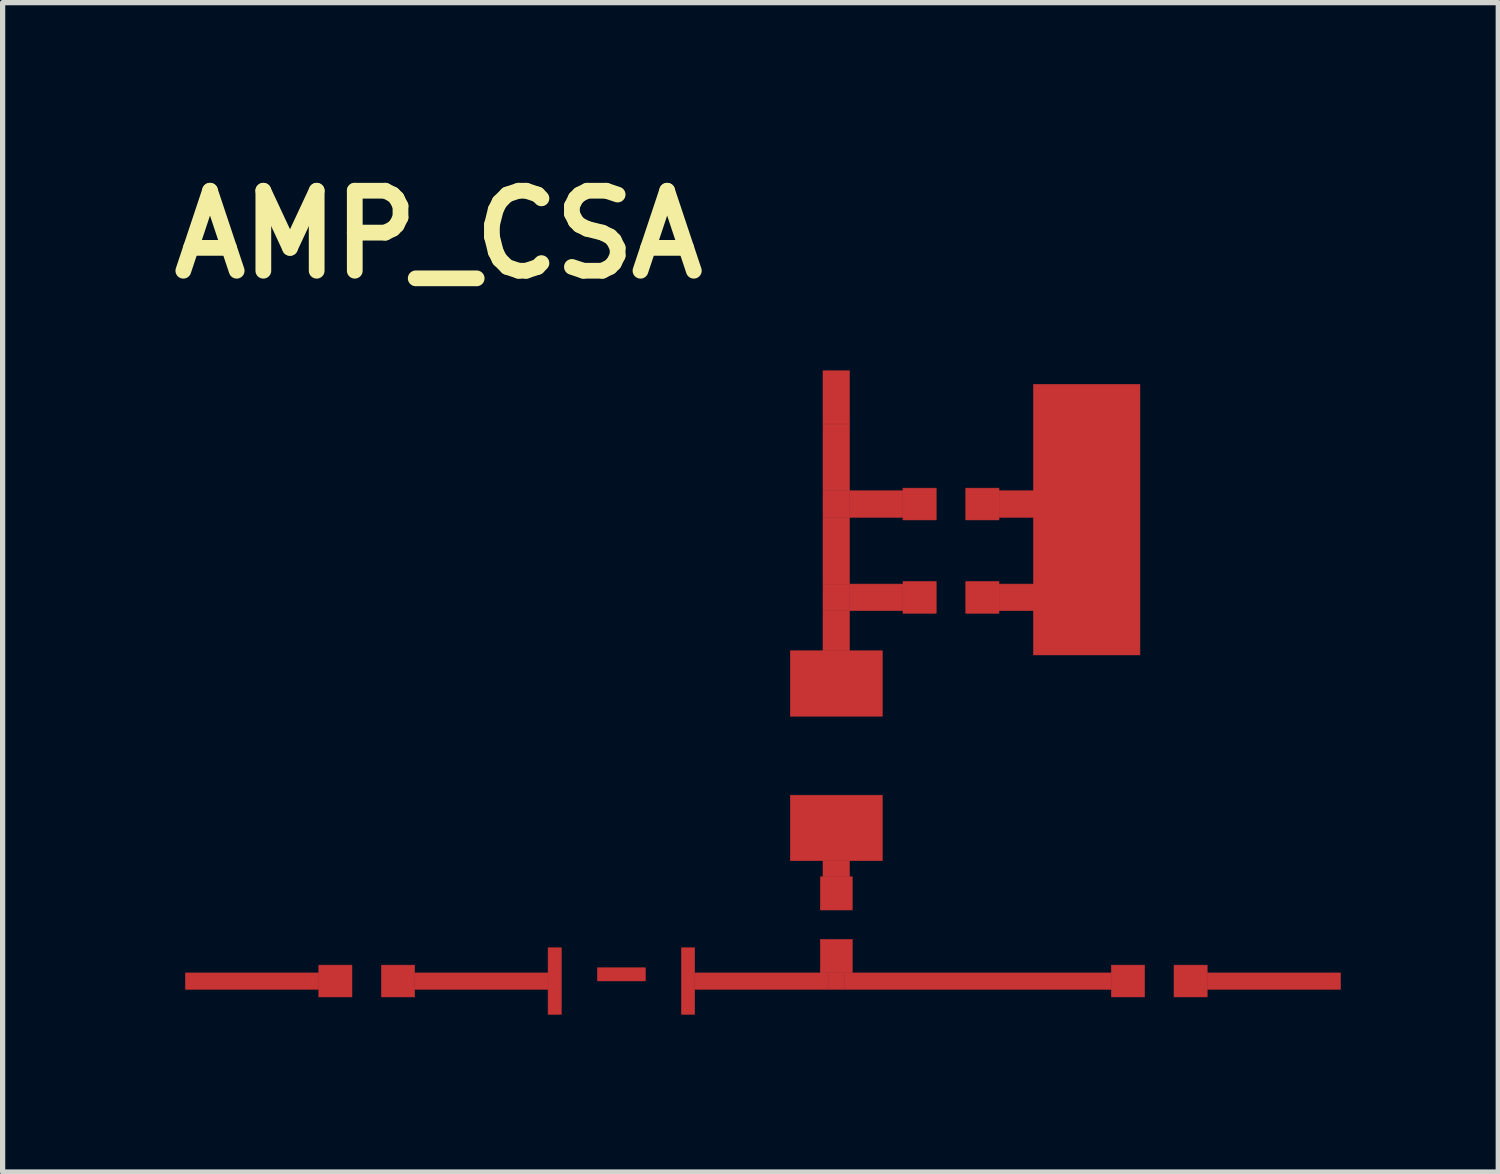
<source format=kicad_pcb>
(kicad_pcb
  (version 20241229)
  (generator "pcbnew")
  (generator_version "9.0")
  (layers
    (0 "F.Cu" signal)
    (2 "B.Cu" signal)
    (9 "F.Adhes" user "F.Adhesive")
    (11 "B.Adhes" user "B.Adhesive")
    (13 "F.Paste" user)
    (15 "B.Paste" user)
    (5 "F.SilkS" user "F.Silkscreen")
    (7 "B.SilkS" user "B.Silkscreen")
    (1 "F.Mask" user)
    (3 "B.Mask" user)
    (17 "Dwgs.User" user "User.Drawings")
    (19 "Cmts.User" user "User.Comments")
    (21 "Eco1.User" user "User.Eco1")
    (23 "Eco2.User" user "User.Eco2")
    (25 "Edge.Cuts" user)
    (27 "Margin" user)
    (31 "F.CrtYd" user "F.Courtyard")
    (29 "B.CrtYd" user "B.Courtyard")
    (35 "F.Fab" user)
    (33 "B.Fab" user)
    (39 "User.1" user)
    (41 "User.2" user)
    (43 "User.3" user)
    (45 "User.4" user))
  (footprint "AMP_CSA"
    (layer "F.Cu")
    (at 12.165 10.218)
    (property "Reference" "AMP_CSA" (at -6.86 -8.8 0) (layer "F.SilkS") (effects (font (size 1.524 1.524) (thickness 0.3))))
    (attr through_hole)
    (fp_poly (pts (xy -9.145 5.578) (xy -11.683 5.578) (xy -11.683 5.266) (xy -9.145 5.266) (xy -9.145 5.578)) (stroke (width 0.01) (type solid)) (fill yes) (layer "F.Cu"))
    (fp_poly (pts (xy -8.51 5.724) (xy -9.142 5.724) (xy -9.142 5.118) (xy -8.51 5.118) (xy -8.51 5.724)) (stroke (width 0.01) (type solid)) (fill yes) (layer "F.Cu"))
    (fp_poly (pts (xy -7.316 5.724) (xy -7.949 5.724) (xy -7.949 5.118) (xy -7.316 5.118) (xy -7.316 5.724)) (stroke (width 0.01) (type solid)) (fill yes) (layer "F.Cu"))
    (fp_poly (pts (xy -4.776 5.578) (xy -7.314 5.578) (xy -7.314 5.266) (xy -4.776 5.266) (xy -4.776 5.578)) (stroke (width 0.01) (type solid)) (fill yes) (layer "F.Cu"))
    (fp_poly (pts (xy -4.522 6.054) (xy -4.774 6.054) (xy -4.774 4.787) (xy -4.522 4.787) (xy -4.522 6.054)) (stroke (width 0.01) (type solid)) (fill yes) (layer "F.Cu"))
    (fp_poly (pts (xy -2.921 5.419) (xy -3.834 5.419) (xy -3.834 5.168) (xy -2.921 5.168) (xy -2.921 5.419)) (stroke (width 0.01) (type solid)) (fill yes) (layer "F.Cu"))
    (fp_poly (pts (xy -1.982 6.054) (xy -2.233 6.054) (xy -2.233 4.787) (xy -1.982 4.787) (xy -1.982 6.054)) (stroke (width 0.01) (type solid)) (fill yes) (layer "F.Cu"))
    (fp_poly (pts (xy 0.558 5.578) (xy -1.979 5.578) (xy -1.979 5.266) (xy 0.558 5.266) (xy 0.558 5.578)) (stroke (width 0.01) (type solid)) (fill yes) (layer "F.Cu"))
    (fp_poly (pts (xy 0.873 5.578) (xy 0.561 5.578) (xy 0.561 5.266) (xy 0.873 5.266) (xy 0.873 5.578)) (stroke (width 0.01) (type solid)) (fill yes) (layer "F.Cu"))
    (fp_poly (pts (xy 0.968 -5.192) (xy 0.463 -5.192) (xy 0.463 -6.205) (xy 0.968 -6.205) (xy 0.968 -5.192)) (stroke (width 0.01) (type solid)) (fill yes) (layer "F.Cu"))
    (fp_poly (pts (xy 0.968 -3.922) (xy 0.463 -3.922) (xy 0.463 -5.189) (xy 0.968 -5.189) (xy 0.968 -3.922)) (stroke (width 0.01) (type solid)) (fill yes) (layer "F.Cu"))
    (fp_poly (pts (xy 0.968 -3.413) (xy 0.463 -3.413) (xy 0.463 -3.919) (xy 0.968 -3.919) (xy 0.968 -3.413)) (stroke (width 0.01) (type solid)) (fill yes) (layer "F.Cu"))
    (fp_poly (pts (xy 0.968 -2.143) (xy 0.463 -2.143) (xy 0.463 -3.411) (xy 0.968 -3.411) (xy 0.968 -2.143)) (stroke (width 0.01) (type solid)) (fill yes) (layer "F.Cu"))
    (fp_poly (pts (xy 0.968 -1.635) (xy 0.463 -1.635) (xy 0.463 -2.141) (xy 0.968 -2.141) (xy 0.968 -1.635)) (stroke (width 0.01) (type solid)) (fill yes) (layer "F.Cu"))
    (fp_poly (pts (xy 0.968 -0.873) (xy 0.463 -0.873) (xy 0.463 -1.633) (xy 0.968 -1.633) (xy 0.968 -0.873)) (stroke (width 0.01) (type solid)) (fill yes) (layer "F.Cu"))
    (fp_poly (pts (xy 0.968 3.432) (xy 0.463 3.432) (xy 0.463 3.13) (xy 0.968 3.13) (xy 0.968 3.432)) (stroke (width 0.01) (type solid)) (fill yes) (layer "F.Cu"))
    (fp_poly (pts (xy 1.021 4.067) (xy 0.413 4.067) (xy 0.413 3.435) (xy 1.021 3.435) (xy 1.021 4.067)) (stroke (width 0.01) (type solid)) (fill yes) (layer "F.Cu"))
    (fp_poly (pts (xy 1.021 5.263) (xy 0.413 5.263) (xy 0.413 4.628) (xy 1.021 4.628) (xy 1.021 5.263)) (stroke (width 0.01) (type solid)) (fill yes) (layer "F.Cu"))
    (fp_poly (pts (xy 1.593 0.376) (xy -0.159 0.376) (xy -0.159 -0.871) (xy 1.593 -0.871) (xy 1.593 0.376)) (stroke (width 0.01) (type solid)) (fill yes) (layer "F.Cu"))
    (fp_poly (pts (xy 1.593 3.128) (xy -0.159 3.128) (xy -0.159 1.881) (xy 1.593 1.881) (xy 1.593 3.128)) (stroke (width 0.01) (type solid)) (fill yes) (layer "F.Cu"))
    (fp_poly (pts (xy 1.985 -3.413) (xy 0.971 -3.413) (xy 0.971 -3.919) (xy 1.985 -3.919) (xy 1.985 -3.413)) (stroke (width 0.01) (type solid)) (fill yes) (layer "F.Cu"))
    (fp_poly (pts (xy 1.985 -1.635) (xy 0.971 -1.635) (xy 0.971 -2.141) (xy 1.985 -2.141) (xy 1.985 -1.635)) (stroke (width 0.01) (type solid)) (fill yes) (layer "F.Cu"))
    (fp_poly (pts (xy 2.62 -3.363) (xy 1.987 -3.363) (xy 1.987 -3.969) (xy 2.62 -3.969) (xy 2.62 -3.363)) (stroke (width 0.01) (type solid)) (fill yes) (layer "F.Cu"))
    (fp_poly (pts (xy 2.62 -1.585) (xy 1.987 -1.585) (xy 1.987 -2.191) (xy 2.62 -2.191) (xy 2.62 -1.585)) (stroke (width 0.01) (type solid)) (fill yes) (layer "F.Cu"))
    (fp_poly (pts (xy 3.816 -3.363) (xy 3.183 -3.363) (xy 3.183 -3.969) (xy 3.816 -3.969) (xy 3.816 -3.363)) (stroke (width 0.01) (type solid)) (fill yes) (layer "F.Cu"))
    (fp_poly (pts (xy 3.816 -1.585) (xy 3.183 -1.585) (xy 3.183 -2.191) (xy 3.816 -2.191) (xy 3.816 -1.585)) (stroke (width 0.01) (type solid)) (fill yes) (layer "F.Cu"))
    (fp_poly (pts (xy 5.954 5.578) (xy 0.876 5.578) (xy 0.876 5.266) (xy 5.954 5.266) (xy 5.954 5.578)) (stroke (width 0.01) (type solid)) (fill yes) (layer "F.Cu"))
    (fp_poly (pts (xy 6.589 5.724) (xy 5.956 5.724) (xy 5.956 5.118) (xy 6.589 5.118) (xy 6.589 5.724)) (stroke (width 0.01) (type solid)) (fill yes) (layer "F.Cu"))
    (fp_poly (pts (xy 7.782 5.724) (xy 7.15 5.724) (xy 7.15 5.118) (xy 7.782 5.118) (xy 7.782 5.724)) (stroke (width 0.01) (type solid)) (fill yes) (layer "F.Cu"))
    (fp_poly (pts (xy 10.322 5.578) (xy 7.785 5.578) (xy 7.785 5.266) (xy 10.322 5.266) (xy 10.322 5.578)) (stroke (width 0.01) (type solid)) (fill yes) (layer "F.Cu"))
    (fp_poly (pts (xy 6.501 -0.791) (xy 4.472 -0.791) (xy 4.472 -1.635) (xy 3.818 -1.635) (xy 3.818 -2.141) (xy 4.472 -2.141) (xy 4.472 -3.413) (xy 3.818 -3.413) (xy 3.818 -3.919) (xy 4.472 -3.919) (xy 4.472 -5.946) (xy 6.501 -5.946) (xy 6.501 -0.791)) (stroke (width 0.01) (type solid)) (fill yes) (layer "F.Cu"))
    (pad "1" smd rect (at -11.51 5.42) (size 0.203 0.203) (layers "F.Cu" "F.Mask" "F.Paste"))
    (pad "2" smd rect (at 10.17 5.42) (size 0.203 0.203) (layers "F.Cu" "F.Mask" "F.Paste"))
    (pad "3" smd rect (at 0.72 -6.07) (size 0.203 0.203) (layers "F.Cu" "F.Mask" "F.Paste"))
    (pad "4" smd rect (at -3.37 5.3) (size 0.203 0.203) (layers "F.Cu" "F.Mask" "F.Paste"))
    (pad "4" smd rect (at 6.2 -1.1) (size 0.203 0.203) (layers "F.Cu" "F.Mask" "F.Paste")))
  (gr_rect
    (start -3 -3)
    (end 25.492 19.277)
    (stroke (width 0.1) (type default))
    (fill no)
    (layer "Edge.Cuts")))
</source>
